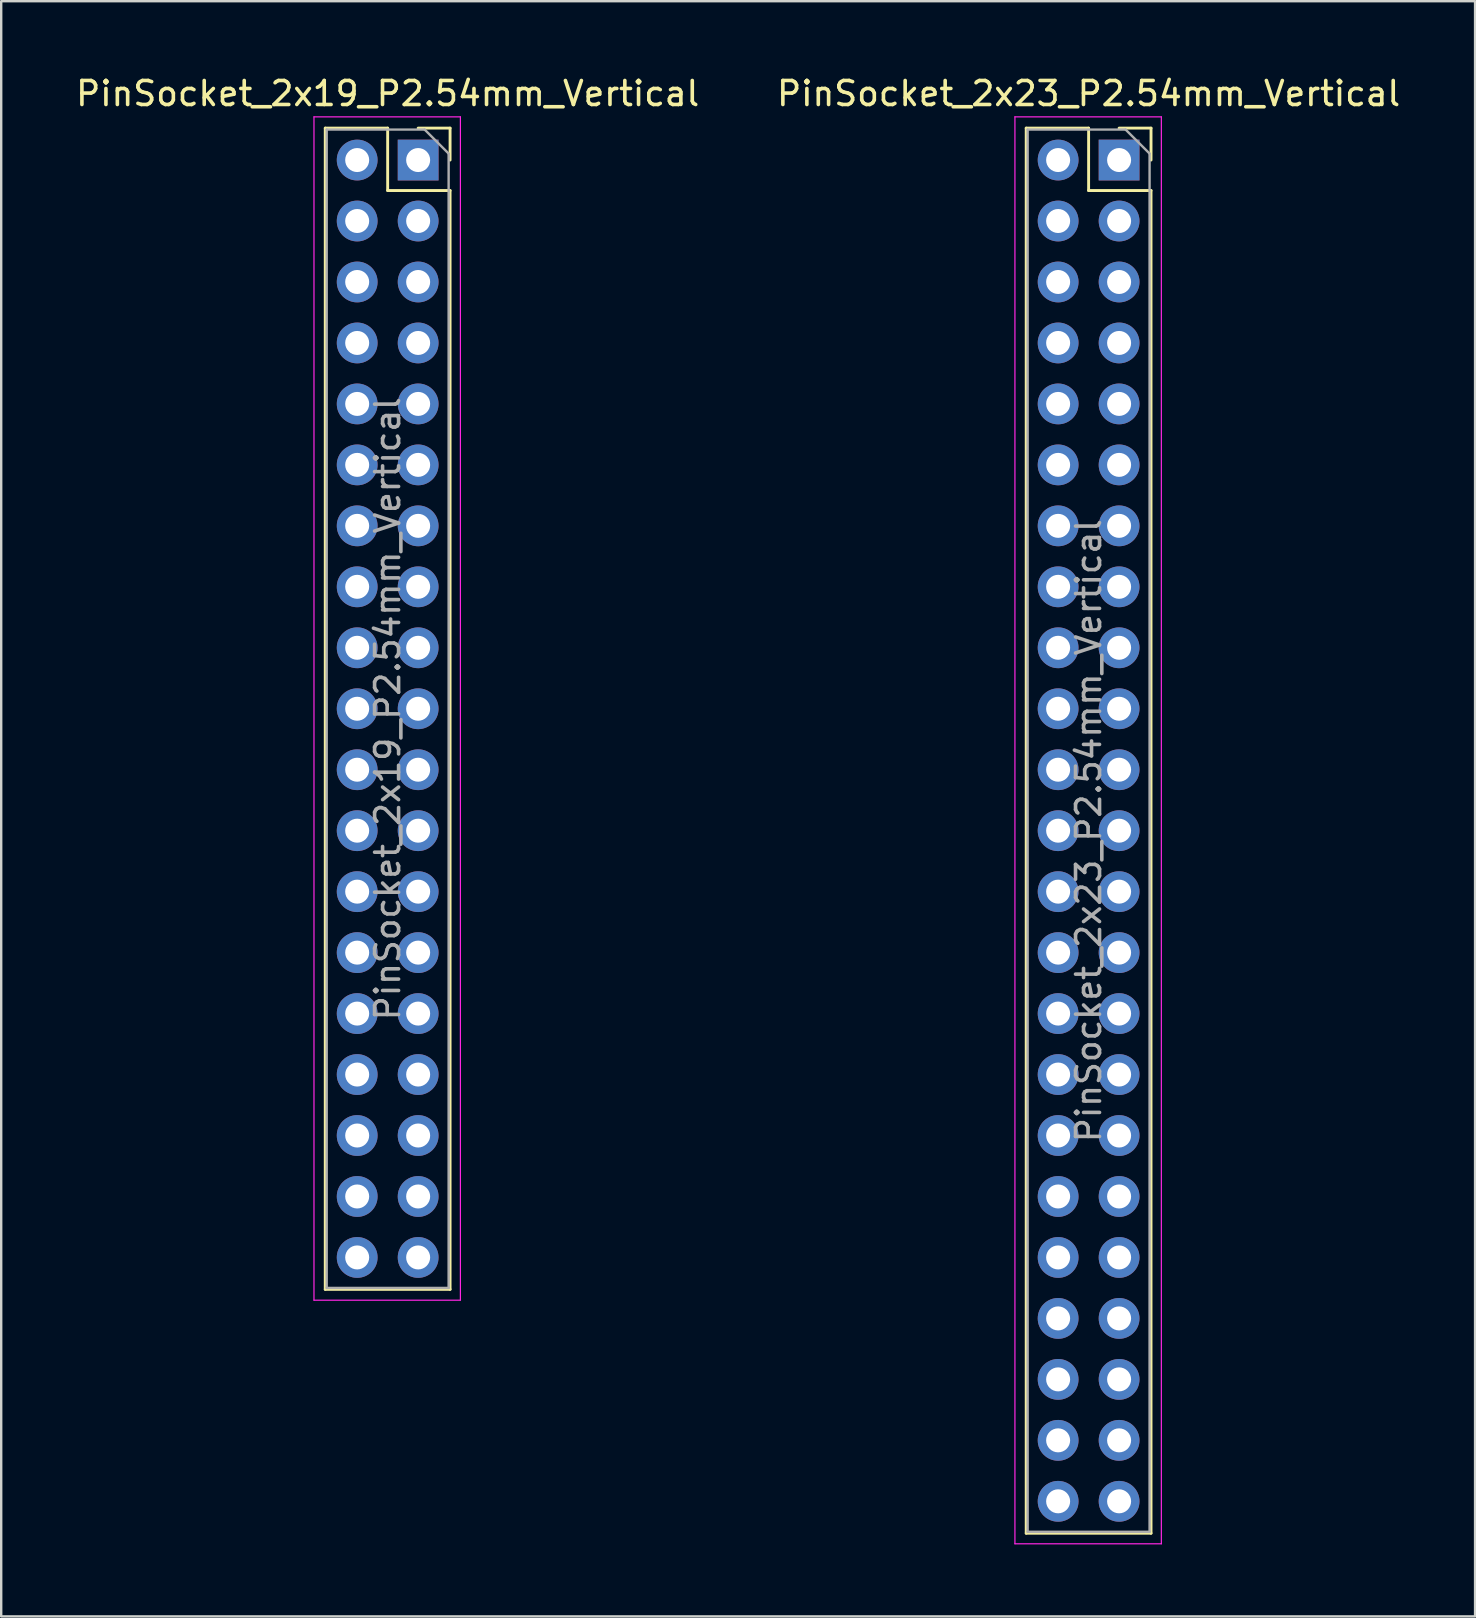
<source format=kicad_pcb>
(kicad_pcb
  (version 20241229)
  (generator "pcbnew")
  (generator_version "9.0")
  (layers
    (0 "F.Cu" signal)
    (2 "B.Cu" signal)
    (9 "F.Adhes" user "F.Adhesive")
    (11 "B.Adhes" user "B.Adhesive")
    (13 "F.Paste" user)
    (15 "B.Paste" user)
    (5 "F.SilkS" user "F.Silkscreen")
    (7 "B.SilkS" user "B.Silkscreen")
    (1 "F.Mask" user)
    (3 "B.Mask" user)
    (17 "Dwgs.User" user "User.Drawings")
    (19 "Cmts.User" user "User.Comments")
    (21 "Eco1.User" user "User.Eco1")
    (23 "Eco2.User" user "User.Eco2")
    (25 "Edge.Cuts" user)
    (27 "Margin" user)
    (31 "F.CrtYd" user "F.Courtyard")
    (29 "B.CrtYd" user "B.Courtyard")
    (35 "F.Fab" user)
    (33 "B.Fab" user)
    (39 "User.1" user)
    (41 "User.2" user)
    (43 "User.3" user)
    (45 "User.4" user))
  (footprint "PinSocket_2x19_P2.54mm_Vertical"
    (layer "F.Cu")
    (at 14.371 3.618)
    (property "Reference" "PinSocket_2x19_P2.54mm_Vertical" (at -1.27 -2.77 0) (layer "F.SilkS") (effects (font (size 1 1) (thickness 0.15))))
    (attr through_hole)
    (fp_line (start -3.87 -1.33) (end -3.87 47.05) (stroke (width 0.12) (type solid)) (layer "F.SilkS"))
    (fp_line (start -3.87 -1.33) (end -1.27 -1.33) (stroke (width 0.12) (type solid)) (layer "F.SilkS"))
    (fp_line (start -3.87 47.05) (end 1.33 47.05) (stroke (width 0.12) (type solid)) (layer "F.SilkS"))
    (fp_line (start -1.27 -1.33) (end -1.27 1.27) (stroke (width 0.12) (type solid)) (layer "F.SilkS"))
    (fp_line (start -1.27 1.27) (end 1.33 1.27) (stroke (width 0.12) (type solid)) (layer "F.SilkS"))
    (fp_line (start 0 -1.33) (end 1.33 -1.33) (stroke (width 0.12) (type solid)) (layer "F.SilkS"))
    (fp_line (start 1.33 -1.33) (end 1.33 0) (stroke (width 0.12) (type solid)) (layer "F.SilkS"))
    (fp_line (start 1.33 1.27) (end 1.33 47.05) (stroke (width 0.12) (type solid)) (layer "F.SilkS"))
    (fp_line (start -4.34 -1.8) (end 1.76 -1.8) (stroke (width 0.05) (type solid)) (layer "F.CrtYd"))
    (fp_line (start -4.34 47.5) (end -4.34 -1.8) (stroke (width 0.05) (type solid)) (layer "F.CrtYd"))
    (fp_line (start 1.76 -1.8) (end 1.76 47.5) (stroke (width 0.05) (type solid)) (layer "F.CrtYd"))
    (fp_line (start 1.76 47.5) (end -4.34 47.5) (stroke (width 0.05) (type solid)) (layer "F.CrtYd"))
    (fp_line (start -3.81 -1.27) (end 0.27 -1.27) (stroke (width 0.1) (type solid)) (layer "F.Fab"))
    (fp_line (start -3.81 46.99) (end -3.81 -1.27) (stroke (width 0.1) (type solid)) (layer "F.Fab"))
    (fp_line (start 0.27 -1.27) (end 1.27 -0.27) (stroke (width 0.1) (type solid)) (layer "F.Fab"))
    (fp_line (start 1.27 -0.27) (end 1.27 46.99) (stroke (width 0.1) (type solid)) (layer "F.Fab"))
    (fp_line (start 1.27 46.99) (end -3.81 46.99) (stroke (width 0.1) (type solid)) (layer "F.Fab"))
    (fp_text user "${REFERENCE}" (at -1.27 22.86 90) (layer "F.Fab") (effects (font (size 1 1) (thickness 0.15))))
    (pad "1" thru_hole rect (at 0 0) (size 1.7 1.7) (drill 1) (layers "*.Cu" "*.Mask"))
    (pad "2" thru_hole oval (at -2.54 0) (size 1.7 1.7) (drill 1) (layers "*.Cu" "*.Mask"))
    (pad "3" thru_hole oval (at 0 2.54) (size 1.7 1.7) (drill 1) (layers "*.Cu" "*.Mask"))
    (pad "4" thru_hole oval (at -2.54 2.54) (size 1.7 1.7) (drill 1) (layers "*.Cu" "*.Mask"))
    (pad "5" thru_hole oval (at 0 5.08) (size 1.7 1.7) (drill 1) (layers "*.Cu" "*.Mask"))
    (pad "6" thru_hole oval (at -2.54 5.08) (size 1.7 1.7) (drill 1) (layers "*.Cu" "*.Mask"))
    (pad "7" thru_hole oval (at 0 7.62) (size 1.7 1.7) (drill 1) (layers "*.Cu" "*.Mask"))
    (pad "8" thru_hole oval (at -2.54 7.62) (size 1.7 1.7) (drill 1) (layers "*.Cu" "*.Mask"))
    (pad "9" thru_hole oval (at 0 10.16) (size 1.7 1.7) (drill 1) (layers "*.Cu" "*.Mask"))
    (pad "10" thru_hole oval (at -2.54 10.16) (size 1.7 1.7) (drill 1) (layers "*.Cu" "*.Mask"))
    (pad "11" thru_hole oval (at 0 12.7) (size 1.7 1.7) (drill 1) (layers "*.Cu" "*.Mask"))
    (pad "12" thru_hole oval (at -2.54 12.7) (size 1.7 1.7) (drill 1) (layers "*.Cu" "*.Mask"))
    (pad "13" thru_hole oval (at 0 15.24) (size 1.7 1.7) (drill 1) (layers "*.Cu" "*.Mask"))
    (pad "14" thru_hole oval (at -2.54 15.24) (size 1.7 1.7) (drill 1) (layers "*.Cu" "*.Mask"))
    (pad "15" thru_hole oval (at 0 17.78) (size 1.7 1.7) (drill 1) (layers "*.Cu" "*.Mask"))
    (pad "16" thru_hole oval (at -2.54 17.78) (size 1.7 1.7) (drill 1) (layers "*.Cu" "*.Mask"))
    (pad "17" thru_hole oval (at 0 20.32) (size 1.7 1.7) (drill 1) (layers "*.Cu" "*.Mask"))
    (pad "18" thru_hole oval (at -2.54 20.32) (size 1.7 1.7) (drill 1) (layers "*.Cu" "*.Mask"))
    (pad "19" thru_hole oval (at 0 22.86) (size 1.7 1.7) (drill 1) (layers "*.Cu" "*.Mask"))
    (pad "20" thru_hole oval (at -2.54 22.86) (size 1.7 1.7) (drill 1) (layers "*.Cu" "*.Mask"))
    (pad "21" thru_hole oval (at 0 25.4) (size 1.7 1.7) (drill 1) (layers "*.Cu" "*.Mask"))
    (pad "22" thru_hole oval (at -2.54 25.4) (size 1.7 1.7) (drill 1) (layers "*.Cu" "*.Mask"))
    (pad "23" thru_hole oval (at 0 27.94) (size 1.7 1.7) (drill 1) (layers "*.Cu" "*.Mask"))
    (pad "24" thru_hole oval (at -2.54 27.94) (size 1.7 1.7) (drill 1) (layers "*.Cu" "*.Mask"))
    (pad "25" thru_hole oval (at 0 30.48) (size 1.7 1.7) (drill 1) (layers "*.Cu" "*.Mask"))
    (pad "26" thru_hole oval (at -2.54 30.48) (size 1.7 1.7) (drill 1) (layers "*.Cu" "*.Mask"))
    (pad "27" thru_hole oval (at 0 33.02) (size 1.7 1.7) (drill 1) (layers "*.Cu" "*.Mask"))
    (pad "28" thru_hole oval (at -2.54 33.02) (size 1.7 1.7) (drill 1) (layers "*.Cu" "*.Mask"))
    (pad "29" thru_hole oval (at 0 35.56) (size 1.7 1.7) (drill 1) (layers "*.Cu" "*.Mask"))
    (pad "30" thru_hole oval (at -2.54 35.56) (size 1.7 1.7) (drill 1) (layers "*.Cu" "*.Mask"))
    (pad "31" thru_hole oval (at 0 38.1) (size 1.7 1.7) (drill 1) (layers "*.Cu" "*.Mask"))
    (pad "32" thru_hole oval (at -2.54 38.1) (size 1.7 1.7) (drill 1) (layers "*.Cu" "*.Mask"))
    (pad "33" thru_hole oval (at 0 40.64) (size 1.7 1.7) (drill 1) (layers "*.Cu" "*.Mask"))
    (pad "34" thru_hole oval (at -2.54 40.64) (size 1.7 1.7) (drill 1) (layers "*.Cu" "*.Mask"))
    (pad "35" thru_hole oval (at 0 43.18) (size 1.7 1.7) (drill 1) (layers "*.Cu" "*.Mask"))
    (pad "36" thru_hole oval (at -2.54 43.18) (size 1.7 1.7) (drill 1) (layers "*.Cu" "*.Mask"))
    (pad "37" thru_hole oval (at 0 45.72) (size 1.7 1.7) (drill 1) (layers "*.Cu" "*.Mask"))
    (pad "38" thru_hole oval (at -2.54 45.72) (size 1.7 1.7) (drill 1) (layers "*.Cu" "*.Mask")))
  (footprint "PinSocket_2x23_P2.54mm_Vertical"
    (layer "F.Cu")
    (at 43.574 3.618)
    (property "Reference" "PinSocket_2x23_P2.54mm_Vertical" (at -1.27 -2.77 0) (layer "F.SilkS") (effects (font (size 1 1) (thickness 0.15))))
    (attr through_hole)
    (fp_line (start -3.87 -1.33) (end -3.87 57.21) (stroke (width 0.12) (type solid)) (layer "F.SilkS"))
    (fp_line (start -3.87 -1.33) (end -1.27 -1.33) (stroke (width 0.12) (type solid)) (layer "F.SilkS"))
    (fp_line (start -3.87 57.21) (end 1.33 57.21) (stroke (width 0.12) (type solid)) (layer "F.SilkS"))
    (fp_line (start -1.27 -1.33) (end -1.27 1.27) (stroke (width 0.12) (type solid)) (layer "F.SilkS"))
    (fp_line (start -1.27 1.27) (end 1.33 1.27) (stroke (width 0.12) (type solid)) (layer "F.SilkS"))
    (fp_line (start 0 -1.33) (end 1.33 -1.33) (stroke (width 0.12) (type solid)) (layer "F.SilkS"))
    (fp_line (start 1.33 -1.33) (end 1.33 0) (stroke (width 0.12) (type solid)) (layer "F.SilkS"))
    (fp_line (start 1.33 1.27) (end 1.33 57.21) (stroke (width 0.12) (type solid)) (layer "F.SilkS"))
    (fp_line (start -4.34 -1.8) (end 1.76 -1.8) (stroke (width 0.05) (type solid)) (layer "F.CrtYd"))
    (fp_line (start -4.34 57.65) (end -4.34 -1.8) (stroke (width 0.05) (type solid)) (layer "F.CrtYd"))
    (fp_line (start 1.76 -1.8) (end 1.76 57.65) (stroke (width 0.05) (type solid)) (layer "F.CrtYd"))
    (fp_line (start 1.76 57.65) (end -4.34 57.65) (stroke (width 0.05) (type solid)) (layer "F.CrtYd"))
    (fp_line (start -3.81 -1.27) (end 0.27 -1.27) (stroke (width 0.1) (type solid)) (layer "F.Fab"))
    (fp_line (start -3.81 57.15) (end -3.81 -1.27) (stroke (width 0.1) (type solid)) (layer "F.Fab"))
    (fp_line (start 0.27 -1.27) (end 1.27 -0.27) (stroke (width 0.1) (type solid)) (layer "F.Fab"))
    (fp_line (start 1.27 -0.27) (end 1.27 57.15) (stroke (width 0.1) (type solid)) (layer "F.Fab"))
    (fp_line (start 1.27 57.15) (end -3.81 57.15) (stroke (width 0.1) (type solid)) (layer "F.Fab"))
    (fp_text user "${REFERENCE}" (at -1.27 27.94 90) (layer "F.Fab") (effects (font (size 1 1) (thickness 0.15))))
    (pad "1" thru_hole rect (at 0 0) (size 1.7 1.7) (drill 1) (layers "*.Cu" "*.Mask"))
    (pad "2" thru_hole oval (at -2.54 0) (size 1.7 1.7) (drill 1) (layers "*.Cu" "*.Mask"))
    (pad "3" thru_hole oval (at 0 2.54) (size 1.7 1.7) (drill 1) (layers "*.Cu" "*.Mask"))
    (pad "4" thru_hole oval (at -2.54 2.54) (size 1.7 1.7) (drill 1) (layers "*.Cu" "*.Mask"))
    (pad "5" thru_hole oval (at 0 5.08) (size 1.7 1.7) (drill 1) (layers "*.Cu" "*.Mask"))
    (pad "6" thru_hole oval (at -2.54 5.08) (size 1.7 1.7) (drill 1) (layers "*.Cu" "*.Mask"))
    (pad "7" thru_hole oval (at 0 7.62) (size 1.7 1.7) (drill 1) (layers "*.Cu" "*.Mask"))
    (pad "8" thru_hole oval (at -2.54 7.62) (size 1.7 1.7) (drill 1) (layers "*.Cu" "*.Mask"))
    (pad "9" thru_hole oval (at 0 10.16) (size 1.7 1.7) (drill 1) (layers "*.Cu" "*.Mask"))
    (pad "10" thru_hole oval (at -2.54 10.16) (size 1.7 1.7) (drill 1) (layers "*.Cu" "*.Mask"))
    (pad "11" thru_hole oval (at 0 12.7) (size 1.7 1.7) (drill 1) (layers "*.Cu" "*.Mask"))
    (pad "12" thru_hole oval (at -2.54 12.7) (size 1.7 1.7) (drill 1) (layers "*.Cu" "*.Mask"))
    (pad "13" thru_hole oval (at 0 15.24) (size 1.7 1.7) (drill 1) (layers "*.Cu" "*.Mask"))
    (pad "14" thru_hole oval (at -2.54 15.24) (size 1.7 1.7) (drill 1) (layers "*.Cu" "*.Mask"))
    (pad "15" thru_hole oval (at 0 17.78) (size 1.7 1.7) (drill 1) (layers "*.Cu" "*.Mask"))
    (pad "16" thru_hole oval (at -2.54 17.78) (size 1.7 1.7) (drill 1) (layers "*.Cu" "*.Mask"))
    (pad "17" thru_hole oval (at 0 20.32) (size 1.7 1.7) (drill 1) (layers "*.Cu" "*.Mask"))
    (pad "18" thru_hole oval (at -2.54 20.32) (size 1.7 1.7) (drill 1) (layers "*.Cu" "*.Mask"))
    (pad "19" thru_hole oval (at 0 22.86) (size 1.7 1.7) (drill 1) (layers "*.Cu" "*.Mask"))
    (pad "20" thru_hole oval (at -2.54 22.86) (size 1.7 1.7) (drill 1) (layers "*.Cu" "*.Mask"))
    (pad "21" thru_hole oval (at 0 25.4) (size 1.7 1.7) (drill 1) (layers "*.Cu" "*.Mask"))
    (pad "22" thru_hole oval (at -2.54 25.4) (size 1.7 1.7) (drill 1) (layers "*.Cu" "*.Mask"))
    (pad "23" thru_hole oval (at 0 27.94) (size 1.7 1.7) (drill 1) (layers "*.Cu" "*.Mask"))
    (pad "24" thru_hole oval (at -2.54 27.94) (size 1.7 1.7) (drill 1) (layers "*.Cu" "*.Mask"))
    (pad "25" thru_hole oval (at 0 30.48) (size 1.7 1.7) (drill 1) (layers "*.Cu" "*.Mask"))
    (pad "26" thru_hole oval (at -2.54 30.48) (size 1.7 1.7) (drill 1) (layers "*.Cu" "*.Mask"))
    (pad "27" thru_hole oval (at 0 33.02) (size 1.7 1.7) (drill 1) (layers "*.Cu" "*.Mask"))
    (pad "28" thru_hole oval (at -2.54 33.02) (size 1.7 1.7) (drill 1) (layers "*.Cu" "*.Mask"))
    (pad "29" thru_hole oval (at 0 35.56) (size 1.7 1.7) (drill 1) (layers "*.Cu" "*.Mask"))
    (pad "30" thru_hole oval (at -2.54 35.56) (size 1.7 1.7) (drill 1) (layers "*.Cu" "*.Mask"))
    (pad "31" thru_hole oval (at 0 38.1) (size 1.7 1.7) (drill 1) (layers "*.Cu" "*.Mask"))
    (pad "32" thru_hole oval (at -2.54 38.1) (size 1.7 1.7) (drill 1) (layers "*.Cu" "*.Mask"))
    (pad "33" thru_hole oval (at 0 40.64) (size 1.7 1.7) (drill 1) (layers "*.Cu" "*.Mask"))
    (pad "34" thru_hole oval (at -2.54 40.64) (size 1.7 1.7) (drill 1) (layers "*.Cu" "*.Mask"))
    (pad "35" thru_hole oval (at 0 43.18) (size 1.7 1.7) (drill 1) (layers "*.Cu" "*.Mask"))
    (pad "36" thru_hole oval (at -2.54 43.18) (size 1.7 1.7) (drill 1) (layers "*.Cu" "*.Mask"))
    (pad "37" thru_hole oval (at 0 45.72) (size 1.7 1.7) (drill 1) (layers "*.Cu" "*.Mask"))
    (pad "38" thru_hole oval (at -2.54 45.72) (size 1.7 1.7) (drill 1) (layers "*.Cu" "*.Mask"))
    (pad "39" thru_hole oval (at 0 48.26) (size 1.7 1.7) (drill 1) (layers "*.Cu" "*.Mask"))
    (pad "40" thru_hole oval (at -2.54 48.26) (size 1.7 1.7) (drill 1) (layers "*.Cu" "*.Mask"))
    (pad "41" thru_hole oval (at 0 50.8) (size 1.7 1.7) (drill 1) (layers "*.Cu" "*.Mask"))
    (pad "42" thru_hole oval (at -2.54 50.8) (size 1.7 1.7) (drill 1) (layers "*.Cu" "*.Mask"))
    (pad "43" thru_hole oval (at 0 53.34) (size 1.7 1.7) (drill 1) (layers "*.Cu" "*.Mask"))
    (pad "44" thru_hole oval (at -2.54 53.34) (size 1.7 1.7) (drill 1) (layers "*.Cu" "*.Mask"))
    (pad "45" thru_hole oval (at 0 55.88) (size 1.7 1.7) (drill 1) (layers "*.Cu" "*.Mask"))
    (pad "46" thru_hole oval (at -2.54 55.88) (size 1.7 1.7) (drill 1) (layers "*.Cu" "*.Mask")))
  (gr_rect
    (start -3 -3)
    (end 58.405 64.293)
    (stroke (width 0.1) (type default))
    (fill no)
    (layer "Edge.Cuts")))
</source>
